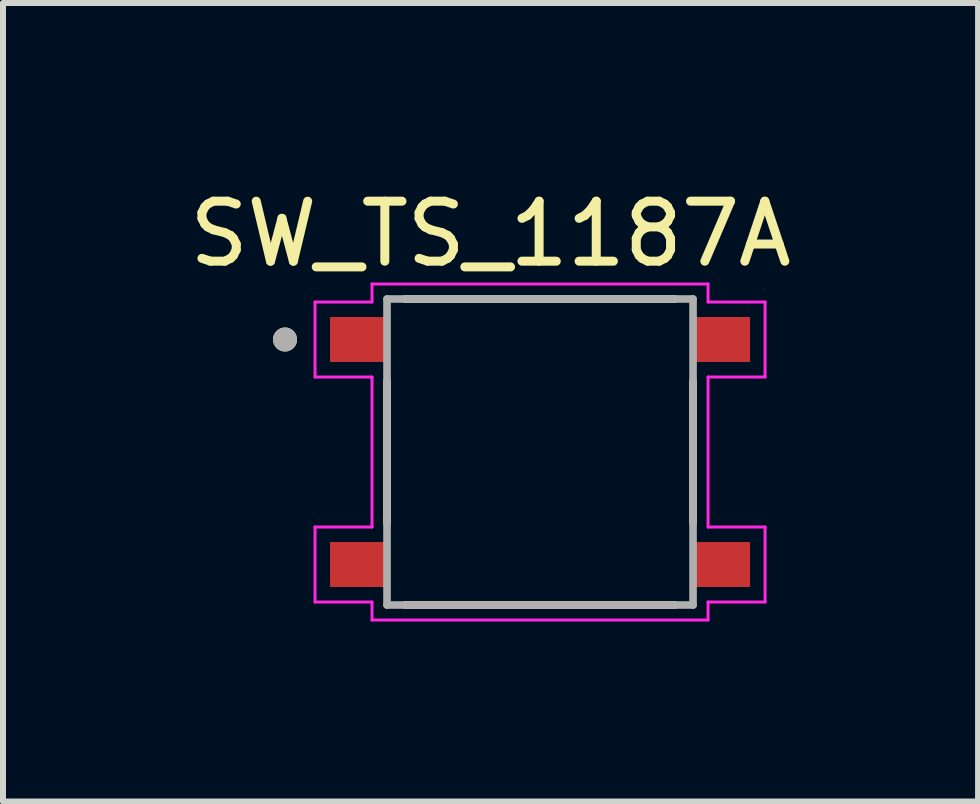
<source format=kicad_pcb>
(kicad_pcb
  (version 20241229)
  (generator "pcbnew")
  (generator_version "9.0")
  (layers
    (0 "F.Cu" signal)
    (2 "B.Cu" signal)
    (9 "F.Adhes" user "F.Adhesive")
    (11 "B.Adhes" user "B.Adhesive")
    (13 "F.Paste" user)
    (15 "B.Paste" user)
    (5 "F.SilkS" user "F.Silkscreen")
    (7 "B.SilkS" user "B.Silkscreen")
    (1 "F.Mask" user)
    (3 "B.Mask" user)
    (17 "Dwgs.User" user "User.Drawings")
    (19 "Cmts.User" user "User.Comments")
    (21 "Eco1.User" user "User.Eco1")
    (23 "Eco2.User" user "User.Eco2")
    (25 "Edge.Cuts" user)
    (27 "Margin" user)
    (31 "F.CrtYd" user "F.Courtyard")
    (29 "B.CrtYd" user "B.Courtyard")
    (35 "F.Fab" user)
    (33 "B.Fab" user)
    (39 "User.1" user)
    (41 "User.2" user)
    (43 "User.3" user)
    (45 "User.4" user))
  (footprint "SW_TS_1187A"
    (layer "F.Cu")
    (at 5.95 4.483)
    (property "Reference" "SW_TS_1187A" (at -0.825 -3.635 0) (layer "F.SilkS") (effects (font (size 1 1) (thickness 0.15))))
    (attr through_hole)
    (fp_line (start -2.55 -1.18) (end -2.55 1.18) (stroke (width 0.127) (type solid)) (layer "F.SilkS"))
    (fp_line (start 2.25 -2.55) (end -2.25 -2.55) (stroke (width 0.127) (type solid)) (layer "F.SilkS"))
    (fp_line (start 2.25 2.55) (end -2.25 2.55) (stroke (width 0.127) (type solid)) (layer "F.SilkS"))
    (fp_line (start 2.55 1.18) (end 2.55 -1.18) (stroke (width 0.127) (type solid)) (layer "F.SilkS"))
    (fp_circle (center -4.25 -1.875) (end -4.15 -1.875) (stroke (width 0.2) (type solid)) (fill no) (layer "F.SilkS"))
    (fp_line (start -3.75 -2.5) (end -3.75 -1.25) (stroke (width 0.05) (type solid)) (layer "F.CrtYd"))
    (fp_line (start -3.75 -2.5) (end -2.8 -2.5) (stroke (width 0.05) (type solid)) (layer "F.CrtYd"))
    (fp_line (start -3.75 -1.25) (end -2.8 -1.25) (stroke (width 0.05) (type solid)) (layer "F.CrtYd"))
    (fp_line (start -3.75 1.25) (end -2.8 1.25) (stroke (width 0.05) (type solid)) (layer "F.CrtYd"))
    (fp_line (start -3.75 2.5) (end -3.75 1.25) (stroke (width 0.05) (type solid)) (layer "F.CrtYd"))
    (fp_line (start -3.75 2.5) (end -2.8 2.5) (stroke (width 0.05) (type solid)) (layer "F.CrtYd"))
    (fp_line (start -2.8 -2.8) (end -2.8 -2.5) (stroke (width 0.05) (type solid)) (layer "F.CrtYd"))
    (fp_line (start -2.8 -1.25) (end -2.8 1.25) (stroke (width 0.05) (type solid)) (layer "F.CrtYd"))
    (fp_line (start -2.8 2.8) (end -2.8 2.5) (stroke (width 0.05) (type solid)) (layer "F.CrtYd"))
    (fp_line (start -2.8 2.8) (end 2.8 2.8) (stroke (width 0.05) (type solid)) (layer "F.CrtYd"))
    (fp_line (start 2.8 -2.8) (end -2.8 -2.8) (stroke (width 0.05) (type solid)) (layer "F.CrtYd"))
    (fp_line (start 2.8 -2.8) (end 2.8 -2.5) (stroke (width 0.05) (type solid)) (layer "F.CrtYd"))
    (fp_line (start 2.8 -1.25) (end 2.8 1.25) (stroke (width 0.05) (type solid)) (layer "F.CrtYd"))
    (fp_line (start 2.8 2.8) (end 2.8 2.5) (stroke (width 0.05) (type solid)) (layer "F.CrtYd"))
    (fp_line (start 3.75 -2.5) (end 2.8 -2.5) (stroke (width 0.05) (type solid)) (layer "F.CrtYd"))
    (fp_line (start 3.75 -2.5) (end 3.75 -1.25) (stroke (width 0.05) (type solid)) (layer "F.CrtYd"))
    (fp_line (start 3.75 -1.25) (end 2.8 -1.25) (stroke (width 0.05) (type solid)) (layer "F.CrtYd"))
    (fp_line (start 3.75 1.25) (end 2.8 1.25) (stroke (width 0.05) (type solid)) (layer "F.CrtYd"))
    (fp_line (start 3.75 2.5) (end 2.8 2.5) (stroke (width 0.05) (type solid)) (layer "F.CrtYd"))
    (fp_line (start 3.75 2.5) (end 3.75 1.25) (stroke (width 0.05) (type solid)) (layer "F.CrtYd"))
    (fp_line (start -2.55 -2.55) (end -2.55 2.55) (stroke (width 0.127) (type solid)) (layer "F.Fab"))
    (fp_line (start -2.55 2.55) (end 2.55 2.55) (stroke (width 0.127) (type solid)) (layer "F.Fab"))
    (fp_line (start 2.55 -2.55) (end -2.55 -2.55) (stroke (width 0.127) (type solid)) (layer "F.Fab"))
    (fp_line (start 2.55 2.55) (end 2.55 -2.55) (stroke (width 0.127) (type solid)) (layer "F.Fab"))
    (fp_circle (center -4.25 -1.875) (end -4.15 -1.875) (stroke (width 0.2) (type solid)) (fill no) (layer "F.Fab"))
    (pad "A" smd rect (at -3 -1.875) (size 1 0.75) (layers "F.Cu" "F.Mask" "F.Paste"))
    (pad "B" smd rect (at 3 -1.875) (size 1 0.75) (layers "F.Cu" "F.Mask" "F.Paste"))
    (pad "C" smd rect (at -3 1.875) (size 1 0.75) (layers "F.Cu" "F.Mask" "F.Paste"))
    (pad "D" smd rect (at 3 1.875) (size 1 0.75) (layers "F.Cu" "F.Mask" "F.Paste")))
  (gr_rect
    (start -3 -3)
    (end 13.25 10.308)
    (stroke (width 0.1) (type default))
    (fill no)
    (layer "Edge.Cuts")))
</source>
